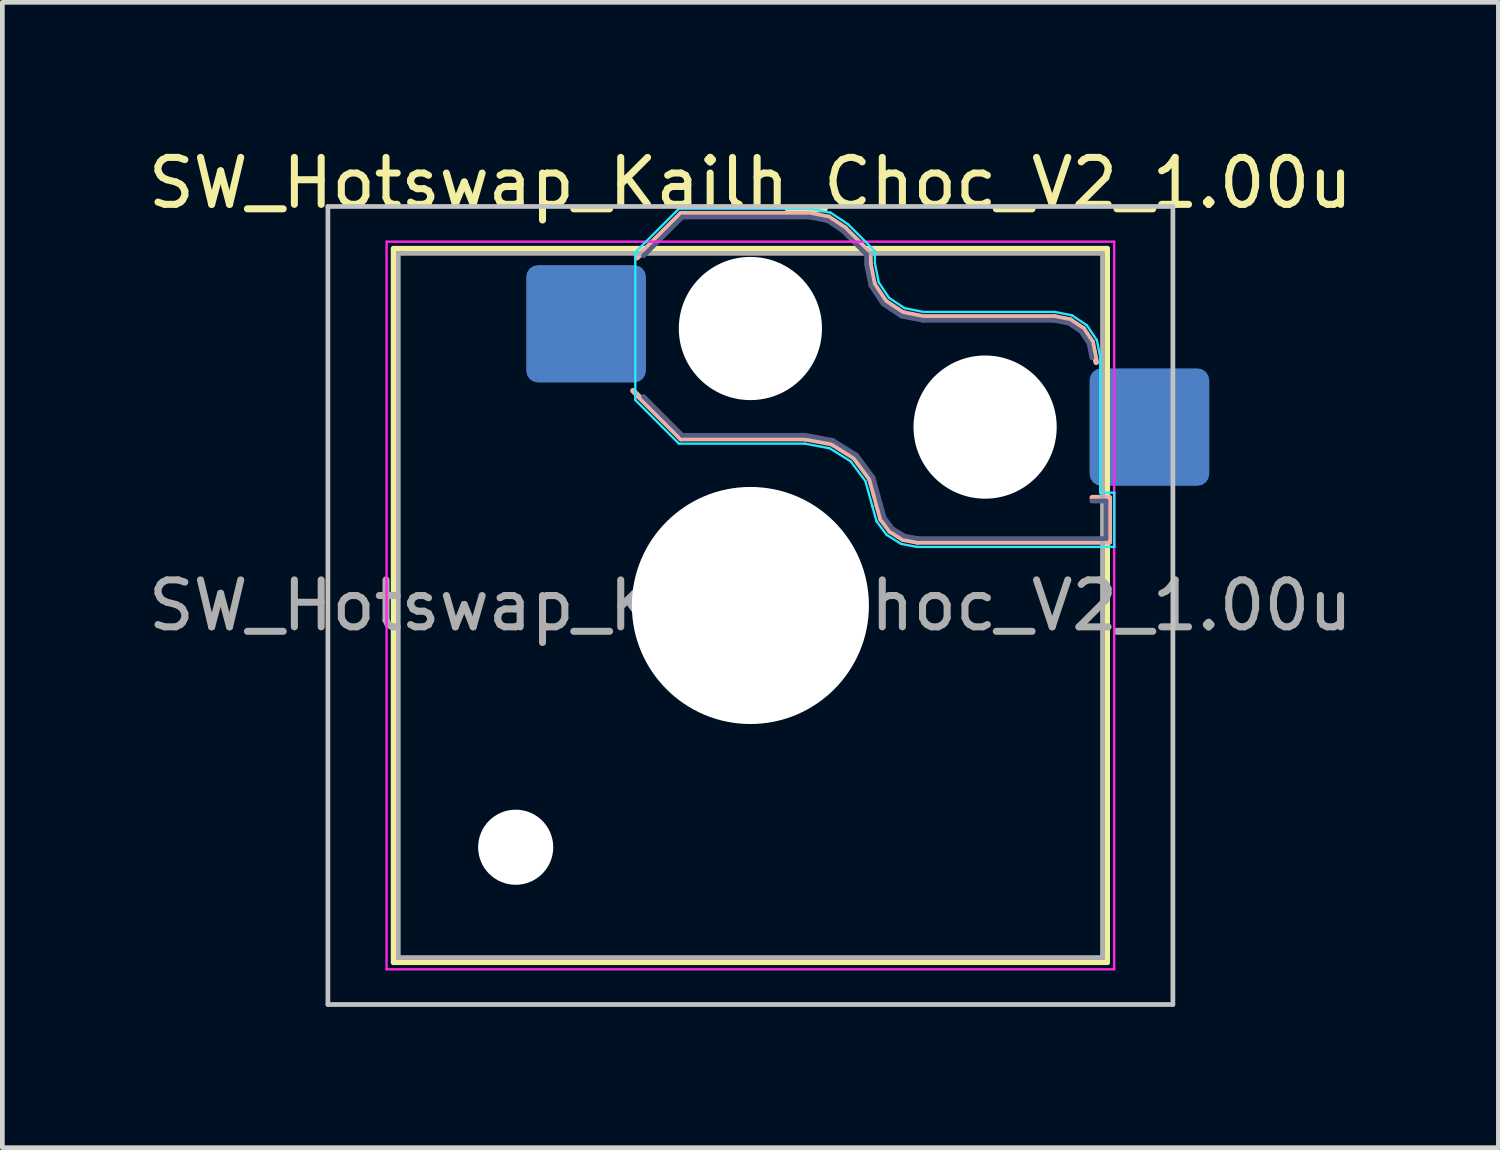
<source format=kicad_pcb>
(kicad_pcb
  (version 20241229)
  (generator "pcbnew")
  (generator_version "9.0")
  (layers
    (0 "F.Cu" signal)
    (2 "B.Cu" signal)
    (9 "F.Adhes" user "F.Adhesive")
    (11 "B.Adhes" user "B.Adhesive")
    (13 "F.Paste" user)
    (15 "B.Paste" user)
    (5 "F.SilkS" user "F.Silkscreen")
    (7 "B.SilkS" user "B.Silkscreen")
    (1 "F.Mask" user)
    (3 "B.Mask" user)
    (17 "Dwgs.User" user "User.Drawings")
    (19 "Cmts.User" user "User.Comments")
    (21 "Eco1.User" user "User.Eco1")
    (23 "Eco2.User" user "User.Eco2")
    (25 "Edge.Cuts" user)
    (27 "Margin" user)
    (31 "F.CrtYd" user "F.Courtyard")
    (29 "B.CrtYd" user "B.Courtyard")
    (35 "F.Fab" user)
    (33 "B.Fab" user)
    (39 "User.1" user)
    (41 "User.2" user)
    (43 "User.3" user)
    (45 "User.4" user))
  (footprint "SW_Hotswap_Kailh_Choc_V2_1.00u"
    (layer "F.Cu")
    (at 12.935 9.848)
    (property "Reference" "SW_Hotswap_Kailh_Choc_V2_1.00u" (at 0 -9 0) (layer "F.SilkS") (effects (font (size 1 1) (thickness 0.15))))
    (attr smd)
    (fp_line (start -7.6 -7.6) (end -7.6 7.6) (stroke (width 0.12) (type solid)) (layer "F.SilkS"))
    (fp_line (start -7.6 7.6) (end 7.6 7.6) (stroke (width 0.12) (type solid)) (layer "F.SilkS"))
    (fp_line (start 7.6 -7.6) (end -7.6 -7.6) (stroke (width 0.12) (type solid)) (layer "F.SilkS"))
    (fp_line (start 7.6 7.6) (end 7.6 -7.6) (stroke (width 0.12) (type solid)) (layer "F.SilkS"))
    (fp_line (start -2.416 -7.409) (end -1.479 -8.346) (stroke (width 0.12) (type solid)) (layer "B.SilkS"))
    (fp_line (start -1.479 -8.346) (end 1.268 -8.346) (stroke (width 0.12) (type solid)) (layer "B.SilkS"))
    (fp_line (start -1.479 -3.554) (end -2.5 -4.575) (stroke (width 0.12) (type solid)) (layer "B.SilkS"))
    (fp_line (start 1.168 -3.554) (end -1.479 -3.554) (stroke (width 0.12) (type solid)) (layer "B.SilkS"))
    (fp_line (start 1.268 -8.346) (end 1.671 -8.266) (stroke (width 0.12) (type solid)) (layer "B.SilkS"))
    (fp_line (start 1.671 -8.266) (end 2.013 -8.037) (stroke (width 0.12) (type solid)) (layer "B.SilkS"))
    (fp_line (start 1.73 -3.449) (end 1.168 -3.554) (stroke (width 0.12) (type solid)) (layer "B.SilkS"))
    (fp_line (start 2.013 -8.037) (end 2.546 -7.504) (stroke (width 0.12) (type solid)) (layer "B.SilkS"))
    (fp_line (start 2.209 -3.15) (end 1.73 -3.449) (stroke (width 0.12) (type solid)) (layer "B.SilkS"))
    (fp_line (start 2.546 -7.504) (end 2.546 -7.282) (stroke (width 0.12) (type solid)) (layer "B.SilkS"))
    (fp_line (start 2.546 -7.282) (end 2.633 -6.844) (stroke (width 0.12) (type solid)) (layer "B.SilkS"))
    (fp_line (start 2.547 -2.697) (end 2.209 -3.15) (stroke (width 0.12) (type solid)) (layer "B.SilkS"))
    (fp_line (start 2.633 -6.844) (end 2.877 -6.477) (stroke (width 0.12) (type solid)) (layer "B.SilkS"))
    (fp_line (start 2.701 -2.139) (end 2.547 -2.697) (stroke (width 0.12) (type solid)) (layer "B.SilkS"))
    (fp_line (start 2.783 -1.841) (end 2.701 -2.139) (stroke (width 0.12) (type solid)) (layer "B.SilkS"))
    (fp_line (start 2.877 -6.477) (end 3.244 -6.233) (stroke (width 0.12) (type solid)) (layer "B.SilkS"))
    (fp_line (start 2.976 -1.583) (end 2.783 -1.841) (stroke (width 0.12) (type solid)) (layer "B.SilkS"))
    (fp_line (start 3.244 -6.233) (end 3.682 -6.146) (stroke (width 0.12) (type solid)) (layer "B.SilkS"))
    (fp_line (start 3.25 -1.413) (end 2.976 -1.583) (stroke (width 0.12) (type solid)) (layer "B.SilkS"))
    (fp_line (start 3.56 -1.354) (end 3.25 -1.413) (stroke (width 0.12) (type solid)) (layer "B.SilkS"))
    (fp_line (start 3.682 -6.146) (end 6.482 -6.146) (stroke (width 0.12) (type solid)) (layer "B.SilkS"))
    (fp_line (start 6.482 -6.146) (end 6.809 -6.081) (stroke (width 0.12) (type solid)) (layer "B.SilkS"))
    (fp_line (start 6.809 -6.081) (end 7.092 -5.892) (stroke (width 0.12) (type solid)) (layer "B.SilkS"))
    (fp_line (start 7.092 -5.892) (end 7.281 -5.609) (stroke (width 0.12) (type solid)) (layer "B.SilkS"))
    (fp_line (start 7.281 -5.609) (end 7.366 -5.182) (stroke (width 0.12) (type solid)) (layer "B.SilkS"))
    (fp_line (start 7.283 -2.296) (end 7.646 -2.296) (stroke (width 0.12) (type solid)) (layer "B.SilkS"))
    (fp_line (start 7.646 -2.296) (end 7.646 -1.354) (stroke (width 0.12) (type solid)) (layer "B.SilkS"))
    (fp_line (start 7.646 -1.354) (end 3.56 -1.354) (stroke (width 0.12) (type solid)) (layer "B.SilkS"))
    (fp_line (start -9 -8.5) (end -9 8.5) (stroke (width 0.1) (type solid)) (layer "Dwgs.User"))
    (fp_line (start -9 8.5) (end 9 8.5) (stroke (width 0.1) (type solid)) (layer "Dwgs.User"))
    (fp_line (start 9 -8.5) (end -9 -8.5) (stroke (width 0.1) (type solid)) (layer "Dwgs.User"))
    (fp_line (start 9 8.5) (end 9 -8.5) (stroke (width 0.1) (type solid)) (layer "Dwgs.User"))
    (fp_line (start -7.25 -7.25) (end -7.25 7.25) (stroke (width 0.1) (type solid)) (layer "Eco1.User"))
    (fp_line (start -7.25 7.25) (end 7.25 7.25) (stroke (width 0.1) (type solid)) (layer "Eco1.User"))
    (fp_line (start 7.25 -7.25) (end -7.25 -7.25) (stroke (width 0.1) (type solid)) (layer "Eco1.User"))
    (fp_line (start 7.25 7.25) (end 7.25 -7.25) (stroke (width 0.1) (type solid)) (layer "Eco1.User"))
    (fp_line (start -2.452 -7.523) (end -1.523 -8.452) (stroke (width 0.05) (type solid)) (layer "B.CrtYd"))
    (fp_line (start -2.452 -4.377) (end -2.452 -7.523) (stroke (width 0.05) (type solid)) (layer "B.CrtYd"))
    (fp_line (start -1.523 -8.452) (end 1.278 -8.452) (stroke (width 0.05) (type solid)) (layer "B.CrtYd"))
    (fp_line (start -1.523 -3.448) (end -2.452 -4.377) (stroke (width 0.05) (type solid)) (layer "B.CrtYd"))
    (fp_line (start 1.159 -3.448) (end -1.523 -3.448) (stroke (width 0.05) (type solid)) (layer "B.CrtYd"))
    (fp_line (start 1.278 -8.452) (end 1.712 -8.366) (stroke (width 0.05) (type solid)) (layer "B.CrtYd"))
    (fp_line (start 1.691 -3.348) (end 1.159 -3.448) (stroke (width 0.05) (type solid)) (layer "B.CrtYd"))
    (fp_line (start 1.712 -8.366) (end 2.081 -8.119) (stroke (width 0.05) (type solid)) (layer "B.CrtYd"))
    (fp_line (start 2.081 -8.119) (end 2.652 -7.548) (stroke (width 0.05) (type solid)) (layer "B.CrtYd"))
    (fp_line (start 2.136 -3.071) (end 1.691 -3.348) (stroke (width 0.05) (type solid)) (layer "B.CrtYd"))
    (fp_line (start 2.45 -2.65) (end 2.136 -3.071) (stroke (width 0.05) (type solid)) (layer "B.CrtYd"))
    (fp_line (start 2.599 -2.111) (end 2.45 -2.65) (stroke (width 0.05) (type solid)) (layer "B.CrtYd"))
    (fp_line (start 2.652 -7.548) (end 2.652 -7.292) (stroke (width 0.05) (type solid)) (layer "B.CrtYd"))
    (fp_line (start 2.652 -7.292) (end 2.733 -6.885) (stroke (width 0.05) (type solid)) (layer "B.CrtYd"))
    (fp_line (start 2.687 -1.794) (end 2.599 -2.111) (stroke (width 0.05) (type solid)) (layer "B.CrtYd"))
    (fp_line (start 2.733 -6.885) (end 2.953 -6.553) (stroke (width 0.05) (type solid)) (layer "B.CrtYd"))
    (fp_line (start 2.903 -1.503) (end 2.687 -1.794) (stroke (width 0.05) (type solid)) (layer "B.CrtYd"))
    (fp_line (start 2.953 -6.553) (end 3.285 -6.333) (stroke (width 0.05) (type solid)) (layer "B.CrtYd"))
    (fp_line (start 3.211 -1.312) (end 2.903 -1.503) (stroke (width 0.05) (type solid)) (layer "B.CrtYd"))
    (fp_line (start 3.285 -6.333) (end 3.692 -6.252) (stroke (width 0.05) (type solid)) (layer "B.CrtYd"))
    (fp_line (start 3.55 -1.248) (end 3.211 -1.312) (stroke (width 0.05) (type solid)) (layer "B.CrtYd"))
    (fp_line (start 3.692 -6.252) (end 6.492 -6.252) (stroke (width 0.05) (type solid)) (layer "B.CrtYd"))
    (fp_line (start 6.492 -6.252) (end 6.85 -6.181) (stroke (width 0.05) (type solid)) (layer "B.CrtYd"))
    (fp_line (start 6.85 -6.181) (end 7.168 -5.968) (stroke (width 0.05) (type solid)) (layer "B.CrtYd"))
    (fp_line (start 7.168 -5.968) (end 7.381 -5.65) (stroke (width 0.05) (type solid)) (layer "B.CrtYd"))
    (fp_line (start 7.381 -5.65) (end 7.452 -5.292) (stroke (width 0.05) (type solid)) (layer "B.CrtYd"))
    (fp_line (start 7.452 -5.292) (end 7.452 -2.402) (stroke (width 0.05) (type solid)) (layer "B.CrtYd"))
    (fp_line (start 7.452 -2.402) (end 7.752 -2.402) (stroke (width 0.05) (type solid)) (layer "B.CrtYd"))
    (fp_line (start 7.752 -2.402) (end 7.752 -1.248) (stroke (width 0.05) (type solid)) (layer "B.CrtYd"))
    (fp_line (start 7.752 -1.248) (end 3.55 -1.248) (stroke (width 0.05) (type solid)) (layer "B.CrtYd"))
    (fp_line (start -7.75 -7.75) (end -7.75 7.75) (stroke (width 0.05) (type solid)) (layer "F.CrtYd"))
    (fp_line (start -7.75 7.75) (end 7.75 7.75) (stroke (width 0.05) (type solid)) (layer "F.CrtYd"))
    (fp_line (start 7.75 -7.75) (end -7.75 -7.75) (stroke (width 0.05) (type solid)) (layer "F.CrtYd"))
    (fp_line (start 7.75 7.75) (end 7.75 -7.75) (stroke (width 0.05) (type solid)) (layer "F.CrtYd"))
    (fp_line (start -2.275 -7.45) (end -1.45 -8.275) (stroke (width 0.1) (type solid)) (layer "B.Fab"))
    (fp_line (start -1.45 -8.275) (end 1.261 -8.275) (stroke (width 0.1) (type solid)) (layer "B.Fab"))
    (fp_line (start -1.45 -3.625) (end -2.275 -4.45) (stroke (width 0.1) (type solid)) (layer "B.Fab"))
    (fp_line (start 1.175 -3.625) (end -1.45 -3.625) (stroke (width 0.1) (type solid)) (layer "B.Fab"))
    (fp_line (start 1.261 -8.275) (end 1.643 -8.199) (stroke (width 0.1) (type solid)) (layer "B.Fab"))
    (fp_line (start 1.643 -8.199) (end 1.968 -7.982) (stroke (width 0.1) (type solid)) (layer "B.Fab"))
    (fp_line (start 1.756 -3.516) (end 1.175 -3.625) (stroke (width 0.1) (type solid)) (layer "B.Fab"))
    (fp_line (start 1.968 -7.982) (end 2.475 -7.475) (stroke (width 0.1) (type solid)) (layer "B.Fab"))
    (fp_line (start 2.258 -3.203) (end 1.756 -3.516) (stroke (width 0.1) (type solid)) (layer "B.Fab"))
    (fp_line (start 2.475 -7.475) (end 2.475 -7.275) (stroke (width 0.1) (type solid)) (layer "B.Fab"))
    (fp_line (start 2.475 -7.275) (end 2.566 -6.816) (stroke (width 0.1) (type solid)) (layer "B.Fab"))
    (fp_line (start 2.566 -6.816) (end 2.826 -6.426) (stroke (width 0.1) (type solid)) (layer "B.Fab"))
    (fp_line (start 2.612 -2.729) (end 2.258 -3.203) (stroke (width 0.1) (type solid)) (layer "B.Fab"))
    (fp_line (start 2.769 -2.158) (end 2.612 -2.729) (stroke (width 0.1) (type solid)) (layer "B.Fab"))
    (fp_line (start 2.826 -6.426) (end 3.216 -6.166) (stroke (width 0.1) (type solid)) (layer "B.Fab"))
    (fp_line (start 2.848 -1.873) (end 2.769 -2.158) (stroke (width 0.1) (type solid)) (layer "B.Fab"))
    (fp_line (start 3.025 -1.636) (end 2.848 -1.873) (stroke (width 0.1) (type solid)) (layer "B.Fab"))
    (fp_line (start 3.216 -6.166) (end 3.675 -6.075) (stroke (width 0.1) (type solid)) (layer "B.Fab"))
    (fp_line (start 3.276 -1.48) (end 3.025 -1.636) (stroke (width 0.1) (type solid)) (layer "B.Fab"))
    (fp_line (start 3.567 -1.425) (end 3.276 -1.48) (stroke (width 0.1) (type solid)) (layer "B.Fab"))
    (fp_line (start 3.675 -6.075) (end 6.475 -6.075) (stroke (width 0.1) (type solid)) (layer "B.Fab"))
    (fp_line (start 6.475 -6.075) (end 6.781 -6.014) (stroke (width 0.1) (type solid)) (layer "B.Fab"))
    (fp_line (start 6.781 -6.014) (end 7.041 -5.841) (stroke (width 0.1) (type solid)) (layer "B.Fab"))
    (fp_line (start 7.041 -5.841) (end 7.214 -5.581) (stroke (width 0.1) (type solid)) (layer "B.Fab"))
    (fp_line (start 7.214 -5.581) (end 7.275 -5.275) (stroke (width 0.1) (type solid)) (layer "B.Fab"))
    (fp_line (start 7.275 -2.225) (end 7.575 -2.225) (stroke (width 0.1) (type solid)) (layer "B.Fab"))
    (fp_line (start 7.575 -2.225) (end 7.575 -1.425) (stroke (width 0.1) (type solid)) (layer "B.Fab"))
    (fp_line (start 7.575 -1.425) (end 3.567 -1.425) (stroke (width 0.1) (type solid)) (layer "B.Fab"))
    (fp_line (start -7.5 -7.5) (end -7.5 7.5) (stroke (width 0.1) (type solid)) (layer "F.Fab"))
    (fp_line (start -7.5 7.5) (end 7.5 7.5) (stroke (width 0.1) (type solid)) (layer "F.Fab"))
    (fp_line (start 7.5 -7.5) (end -7.5 -7.5) (stroke (width 0.1) (type solid)) (layer "F.Fab"))
    (fp_line (start 7.5 7.5) (end 7.5 -7.5) (stroke (width 0.1) (type solid)) (layer "F.Fab"))
    (fp_text user "${REFERENCE}" (at 0 0 0) (layer "F.Fab") (effects (font (size 1 1) (thickness 0.15))))
    (pad "" np_thru_hole circle (at -5 5.15) (size 1.6 1.6) (drill 1.6) (layers "*.Cu" "*.Mask"))
    (pad "" np_thru_hole circle (at 0 -5.9) (size 3.05 3.05) (drill 3.05) (layers "*.Cu" "*.Mask"))
    (pad "" np_thru_hole circle (at 0 0) (size 5.05 5.05) (drill 5.05) (layers "*.Cu" "*.Mask"))
    (pad "" np_thru_hole circle (at 5 -3.8) (size 3.05 3.05) (drill 3.05) (layers "*.Cu" "*.Mask"))
    (pad "1" smd roundrect (at -3.5 -6) (size 2.55 2.5) (layers "B.Cu" "B.Mask" "B.Paste") (roundrect_rratio 0.1))
    (pad "2" smd roundrect (at 8.5 -3.8) (size 2.55 2.5) (layers "B.Cu" "B.Mask" "B.Paste") (roundrect_rratio 0.1)))
  (gr_rect
    (start -3 -3)
    (end 28.869 21.398)
    (stroke (width 0.1) (type default))
    (fill no)
    (layer "Edge.Cuts")))
</source>
